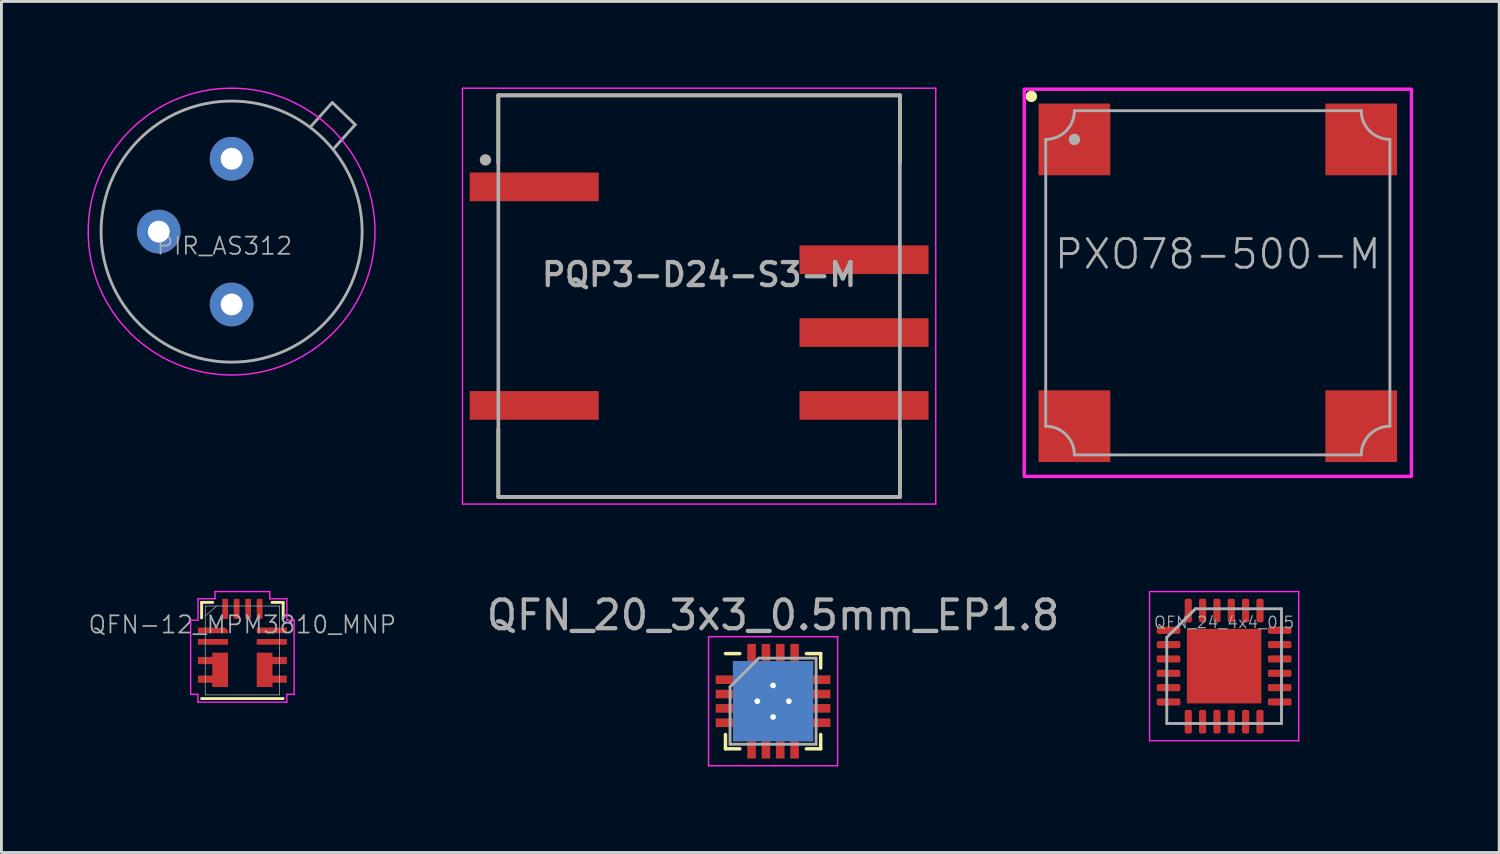
<source format=kicad_pcb>
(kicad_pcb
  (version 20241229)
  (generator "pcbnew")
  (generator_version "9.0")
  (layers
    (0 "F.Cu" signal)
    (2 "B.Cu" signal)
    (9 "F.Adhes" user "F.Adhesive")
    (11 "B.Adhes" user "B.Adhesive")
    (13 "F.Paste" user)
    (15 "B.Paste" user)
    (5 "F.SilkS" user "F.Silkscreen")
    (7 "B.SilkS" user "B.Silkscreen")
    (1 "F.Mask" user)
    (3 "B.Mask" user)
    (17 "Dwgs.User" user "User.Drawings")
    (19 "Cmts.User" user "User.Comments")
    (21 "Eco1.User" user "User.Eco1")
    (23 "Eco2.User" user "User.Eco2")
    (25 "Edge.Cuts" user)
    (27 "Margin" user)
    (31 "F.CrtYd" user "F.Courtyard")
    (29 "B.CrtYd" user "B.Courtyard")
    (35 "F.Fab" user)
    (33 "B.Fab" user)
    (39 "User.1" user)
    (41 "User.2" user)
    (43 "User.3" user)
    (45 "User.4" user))
  (footprint "PIR_AS312"
    (layer "F.Cu")
    (at 5.025 5.025)
    (property "Reference" "PIR_AS312" (at -0.25 0.5 0) (layer "F.Fab") (effects (font (size 0.6 0.6) (thickness 0.06))))
    (attr through_hole)
    (fp_arc (start 0 -5) (mid 0 5) (end 0 -5) (stroke (width 0.05) (type default)) (layer "F.CrtYd"))
    (fp_line (start 2.74 -3.64) (end 3.51 -4.5) (stroke (width 0.1) (type solid)) (layer "F.Fab"))
    (fp_line (start 3.51 -4.5) (end 4.31 -3.73) (stroke (width 0.1) (type solid)) (layer "F.Fab"))
    (fp_line (start 3.54 -2.87) (end 4.31 -3.73) (stroke (width 0.1) (type solid)) (layer "F.Fab"))
    (fp_circle (center 0 0) (end 4.551 0) (stroke (width 0.1) (type solid)) (fill no) (layer "F.Fab"))
    (pad "1" thru_hole circle (at 0 -2.54) (size 1.524 1.524) (drill 0.762) (layers "*.Cu" "*.Mask"))
    (pad "2" thru_hole circle (at -2.54 0) (size 1.524 1.524) (drill 0.762) (layers "*.Cu" "*.Mask"))
    (pad "3" thru_hole circle (at 0 2.54) (size 1.524 1.524) (drill 0.762) (layers "*.Cu" "*.Mask")))
  (footprint "PQP3-D24-S3-M"
    (layer "F.Cu")
    (at 21.325 7.275)
    (property "Reference" "PQP3-D24-S3-M" (at 0 -0.75 0) (layer "F.Fab") (effects (font (size 0.8 0.8) (thickness 0.15))))
    (attr smd)
    (fp_line (start -7 -7) (end -7 -4.65) (stroke (width 0.127) (type solid)) (layer "F.SilkS"))
    (fp_line (start -7 4.65) (end -7 7) (stroke (width 0.127) (type solid)) (layer "F.SilkS"))
    (fp_line (start -7 7) (end 7 7) (stroke (width 0.127) (type solid)) (layer "F.SilkS"))
    (fp_line (start 7 -7) (end -7 -7) (stroke (width 0.127) (type solid)) (layer "F.SilkS"))
    (fp_line (start 7 -7) (end 7 -4.65) (stroke (width 0.127) (type solid)) (layer "F.SilkS"))
    (fp_line (start 7 4.65) (end 7 7) (stroke (width 0.127) (type solid)) (layer "F.SilkS"))
    (fp_line (start -8.25 -7.25) (end -8.25 7.25) (stroke (width 0.05) (type solid)) (layer "F.CrtYd"))
    (fp_line (start -8.25 7.25) (end 8.25 7.25) (stroke (width 0.05) (type solid)) (layer "F.CrtYd"))
    (fp_line (start 8.25 -7.25) (end -8.25 -7.25) (stroke (width 0.05) (type solid)) (layer "F.CrtYd"))
    (fp_line (start 8.25 7.25) (end 8.25 -7.25) (stroke (width 0.05) (type solid)) (layer "F.CrtYd"))
    (fp_line (start -7 -7) (end -7 7) (stroke (width 0.127) (type solid)) (layer "F.Fab"))
    (fp_line (start -7 7) (end 7 7) (stroke (width 0.127) (type solid)) (layer "F.Fab"))
    (fp_line (start 7 -7) (end -7 -7) (stroke (width 0.127) (type solid)) (layer "F.Fab"))
    (fp_line (start 7 7) (end 7 -7) (stroke (width 0.127) (type solid)) (layer "F.Fab"))
    (fp_circle (center -7.45 -4.75) (end -7.35 -4.75) (stroke (width 0.2) (type solid)) (fill no) (layer "F.Fab"))
    (pad "" smd rect (at 5.75 1.27) (size 4.5 1) (layers "F.Cu" "F.Mask" "F.Paste"))
    (pad "1" smd rect (at -5.75 -3.81) (size 4.5 1) (layers "F.Cu" "F.Mask" "F.Paste"))
    (pad "4" smd rect (at -5.75 3.81) (size 4.5 1) (layers "F.Cu" "F.Mask" "F.Paste"))
    (pad "5" smd rect (at 5.75 3.81) (size 4.5 1) (layers "F.Cu" "F.Mask" "F.Paste"))
    (pad "7" smd rect (at 5.75 -1.27) (size 4.5 1) (layers "F.Cu" "F.Mask" "F.Paste")))
  (footprint "QFN_20_3x3_0.5mm_EP1.8"
    (layer "F.Cu")
    (at 23.904 21.398)
    (property "Reference" "QFN_20_3x3_0.5mm_EP1.8" (at 0 -3 0) (layer "F.Fab") (effects (font (size 1 1) (thickness 0.15))))
    (attr smd)
    (fp_line (start -1.66 -1.66) (end -1.16 -1.66) (stroke (width 0.12) (type solid)) (layer "F.SilkS"))
    (fp_line (start -1.66 1.66) (end -1.66 1.16) (stroke (width 0.12) (type solid)) (layer "F.SilkS"))
    (fp_line (start -1.16 1.66) (end -1.66 1.66) (stroke (width 0.12) (type solid)) (layer "F.SilkS"))
    (fp_line (start 1.16 -1.66) (end 1.66 -1.66) (stroke (width 0.12) (type solid)) (layer "F.SilkS"))
    (fp_line (start 1.16 1.66) (end 1.66 1.66) (stroke (width 0.12) (type solid)) (layer "F.SilkS"))
    (fp_line (start 1.66 -1.66) (end 1.66 -1.16) (stroke (width 0.12) (type solid)) (layer "F.SilkS"))
    (fp_line (start 1.66 1.66) (end 1.66 1.16) (stroke (width 0.12) (type solid)) (layer "F.SilkS"))
    (fp_line (start -2.25 -2.25) (end -2.25 2.25) (stroke (width 0.05) (type solid)) (layer "F.CrtYd"))
    (fp_line (start -2.25 2.25) (end 2.25 2.25) (stroke (width 0.05) (type solid)) (layer "F.CrtYd"))
    (fp_line (start 2.25 -2.25) (end -2.25 -2.25) (stroke (width 0.05) (type solid)) (layer "F.CrtYd"))
    (fp_line (start 2.25 2.25) (end 2.25 -2.25) (stroke (width 0.05) (type solid)) (layer "F.CrtYd"))
    (fp_line (start -1.5 -0.5) (end -0.5 -1.5) (stroke (width 0.1) (type solid)) (layer "F.Fab"))
    (fp_line (start -1.5 1.5) (end -1.5 -0.5) (stroke (width 0.1) (type solid)) (layer "F.Fab"))
    (fp_line (start -0.5 -1.5) (end 1.5 -1.5) (stroke (width 0.1) (type solid)) (layer "F.Fab"))
    (fp_line (start 1.5 -1.5) (end 1.5 1.5) (stroke (width 0.1) (type solid)) (layer "F.Fab"))
    (fp_line (start 1.5 1.5) (end -1.5 1.5) (stroke (width 0.1) (type solid)) (layer "F.Fab"))
    (pad "" smd rect (at -0.45 -0.45) (size 0.54 0.54) (layers "F.Paste"))
    (pad "" smd rect (at -0.45 0.45) (size 0.54 0.54) (layers "F.Paste"))
    (pad "" smd rect (at 0.45 -0.45) (size 0.54 0.54) (layers "F.Paste"))
    (pad "" smd rect (at 0.45 0.45) (size 0.54 0.54) (layers "F.Paste"))
    (pad "1" smd rect (at -1.25 -1.25) (size 0.3 0.3) (layers "F.Cu" "F.Mask" "F.Paste"))
    (pad "2" smd rect (at -1.55 -0.75) (size 0.9 0.3) (layers "F.Cu" "F.Mask" "F.Paste"))
    (pad "3" smd rect (at -1.55 -0.25) (size 0.9 0.3) (layers "F.Cu" "F.Mask" "F.Paste"))
    (pad "4" smd rect (at -1.55 0.25) (size 0.9 0.3) (layers "F.Cu" "F.Mask" "F.Paste"))
    (pad "5" smd rect (at -1.55 0.75) (size 0.9 0.3) (layers "F.Cu" "F.Mask" "F.Paste"))
    (pad "6" smd rect (at -1.25 1.25) (size 0.3 0.3) (layers "F.Cu" "F.Mask" "F.Paste"))
    (pad "7" smd rect (at -0.75 1.55 90) (size 0.9 0.3) (layers "F.Cu" "F.Mask" "F.Paste"))
    (pad "8" smd rect (at -0.25 1.55 90) (size 0.9 0.3) (layers "F.Cu" "F.Mask" "F.Paste"))
    (pad "9" smd rect (at 0.25 1.55 90) (size 0.9 0.3) (layers "F.Cu" "F.Mask" "F.Paste"))
    (pad "10" smd rect (at 0.75 1.55 90) (size 0.9 0.3) (layers "F.Cu" "F.Mask" "F.Paste"))
    (pad "11" smd rect (at 1.25 1.25) (size 0.3 0.3) (layers "F.Cu" "F.Mask" "F.Paste"))
    (pad "12" smd rect (at 1.55 0.75) (size 0.9 0.3) (layers "F.Cu" "F.Mask" "F.Paste"))
    (pad "13" smd rect (at 1.55 0.25) (size 0.9 0.3) (layers "F.Cu" "F.Mask" "F.Paste"))
    (pad "14" smd rect (at 1.55 -0.25) (size 0.9 0.3) (layers "F.Cu" "F.Mask" "F.Paste"))
    (pad "15" smd rect (at 1.55 -0.75) (size 0.9 0.3) (layers "F.Cu" "F.Mask" "F.Paste"))
    (pad "16" smd rect (at 1.25 -1.25) (size 0.3 0.3) (layers "F.Cu" "F.Mask" "F.Paste"))
    (pad "17" smd rect (at 0.75 -1.55 90) (size 0.9 0.3) (layers "F.Cu" "F.Mask" "F.Paste"))
    (pad "18" smd rect (at 0.25 -1.55 90) (size 0.9 0.3) (layers "F.Cu" "F.Mask" "F.Paste"))
    (pad "19" smd rect (at -0.25 -1.55 90) (size 0.9 0.3) (layers "F.Cu" "F.Mask" "F.Paste"))
    (pad "20" smd rect (at -0.75 -1.55 90) (size 0.9 0.3) (layers "F.Cu" "F.Mask" "F.Paste"))
    (pad "21" thru_hole circle (at -0.55 0) (size 0.6 0.6) (drill 0.2) (layers "*.Cu"))
    (pad "21" thru_hole circle (at 0 -0.55) (size 0.6 0.6) (drill 0.2) (layers "*.Cu"))
    (pad "21" smd rect (at 0 0) (size 1.8 1.8) (layers "F.Cu" "F.Mask"))
    (pad "21" smd rect (at 0 0) (size 2.8 2.8) (layers "B.Cu"))
    (pad "21" thru_hole circle (at 0 0.55) (size 0.6 0.6) (drill 0.2) (layers "*.Cu"))
    (pad "21" thru_hole circle (at 0.55 0) (size 0.6 0.6) (drill 0.2) (layers "*.Cu")))
  (footprint "QFN_24_4x4_0.5"
    (layer "F.Cu")
    (at 39.63 20.175)
    (property "Reference" "QFN_24_4x4_0.5" (at 0 -1.524 0) (layer "F.Fab") (effects (font (size 0.4 0.4) (thickness 0.04))))
    (attr smd)
    (fp_line (start -2.6 -2.6) (end -2.6 2.6) (stroke (width 0.05) (type solid)) (layer "F.CrtYd"))
    (fp_line (start -2.6 2.6) (end 2.6 2.6) (stroke (width 0.05) (type solid)) (layer "F.CrtYd"))
    (fp_line (start 2.6 -2.6) (end -2.6 -2.6) (stroke (width 0.05) (type solid)) (layer "F.CrtYd"))
    (fp_line (start 2.6 2.6) (end 2.6 -2.6) (stroke (width 0.05) (type solid)) (layer "F.CrtYd"))
    (fp_line (start -2 -1) (end -1 -2) (stroke (width 0.1) (type solid)) (layer "F.Fab"))
    (fp_line (start -2 2) (end -2 -1) (stroke (width 0.1) (type solid)) (layer "F.Fab"))
    (fp_line (start -1 -2) (end 2 -2) (stroke (width 0.1) (type solid)) (layer "F.Fab"))
    (fp_line (start 2 -2) (end 2 2) (stroke (width 0.1) (type solid)) (layer "F.Fab"))
    (fp_line (start 2 2) (end -2 2) (stroke (width 0.1) (type solid)) (layer "F.Fab"))
    (pad "" smd roundrect (at -0.65 -0.65) (size 1.05 1.05) (layers "F.Paste") (roundrect_rratio 0.238))
    (pad "" smd roundrect (at -0.65 0.65) (size 1.05 1.05) (layers "F.Paste") (roundrect_rratio 0.238))
    (pad "" smd roundrect (at 0.65 -0.65) (size 1.05 1.05) (layers "F.Paste") (roundrect_rratio 0.238))
    (pad "" smd roundrect (at 0.65 0.65) (size 1.05 1.05) (layers "F.Paste") (roundrect_rratio 0.238))
    (pad "1" smd roundrect (at -1.938 -1.25) (size 0.825 0.25) (layers "F.Cu" "F.Mask" "F.Paste") (roundrect_rratio 0.25))
    (pad "2" smd roundrect (at -1.938 -0.75) (size 0.825 0.25) (layers "F.Cu" "F.Mask" "F.Paste") (roundrect_rratio 0.25))
    (pad "3" smd roundrect (at -1.938 -0.25) (size 0.825 0.25) (layers "F.Cu" "F.Mask" "F.Paste") (roundrect_rratio 0.25))
    (pad "4" smd roundrect (at -1.938 0.25) (size 0.825 0.25) (layers "F.Cu" "F.Mask" "F.Paste") (roundrect_rratio 0.25))
    (pad "5" smd roundrect (at -1.938 0.75) (size 0.825 0.25) (layers "F.Cu" "F.Mask" "F.Paste") (roundrect_rratio 0.25))
    (pad "6" smd roundrect (at -1.938 1.25) (size 0.825 0.25) (layers "F.Cu" "F.Mask" "F.Paste") (roundrect_rratio 0.25))
    (pad "7" smd roundrect (at -1.25 1.938) (size 0.25 0.825) (layers "F.Cu" "F.Mask" "F.Paste") (roundrect_rratio 0.25))
    (pad "8" smd roundrect (at -0.75 1.938) (size 0.25 0.825) (layers "F.Cu" "F.Mask" "F.Paste") (roundrect_rratio 0.25))
    (pad "9" smd roundrect (at -0.25 1.938) (size 0.25 0.825) (layers "F.Cu" "F.Mask" "F.Paste") (roundrect_rratio 0.25))
    (pad "10" smd roundrect (at 0.25 1.938) (size 0.25 0.825) (layers "F.Cu" "F.Mask" "F.Paste") (roundrect_rratio 0.25))
    (pad "11" smd roundrect (at 0.75 1.938) (size 0.25 0.825) (layers "F.Cu" "F.Mask" "F.Paste") (roundrect_rratio 0.25))
    (pad "12" smd roundrect (at 1.25 1.938) (size 0.25 0.825) (layers "F.Cu" "F.Mask" "F.Paste") (roundrect_rratio 0.25))
    (pad "13" smd roundrect (at 1.938 1.25) (size 0.825 0.25) (layers "F.Cu" "F.Mask" "F.Paste") (roundrect_rratio 0.25))
    (pad "14" smd roundrect (at 1.938 0.75) (size 0.825 0.25) (layers "F.Cu" "F.Mask" "F.Paste") (roundrect_rratio 0.25))
    (pad "15" smd roundrect (at 1.938 0.25) (size 0.825 0.25) (layers "F.Cu" "F.Mask" "F.Paste") (roundrect_rratio 0.25))
    (pad "16" smd roundrect (at 1.938 -0.25) (size 0.825 0.25) (layers "F.Cu" "F.Mask" "F.Paste") (roundrect_rratio 0.25))
    (pad "17" smd roundrect (at 1.938 -0.75) (size 0.825 0.25) (layers "F.Cu" "F.Mask" "F.Paste") (roundrect_rratio 0.25))
    (pad "18" smd roundrect (at 1.938 -1.25) (size 0.825 0.25) (layers "F.Cu" "F.Mask" "F.Paste") (roundrect_rratio 0.25))
    (pad "19" smd roundrect (at 1.25 -1.938) (size 0.25 0.825) (layers "F.Cu" "F.Mask" "F.Paste") (roundrect_rratio 0.25))
    (pad "20" smd roundrect (at 0.75 -1.938) (size 0.25 0.825) (layers "F.Cu" "F.Mask" "F.Paste") (roundrect_rratio 0.25))
    (pad "21" smd roundrect (at 0.25 -1.938) (size 0.25 0.825) (layers "F.Cu" "F.Mask" "F.Paste") (roundrect_rratio 0.25))
    (pad "22" smd roundrect (at -0.25 -1.938) (size 0.25 0.825) (layers "F.Cu" "F.Mask" "F.Paste") (roundrect_rratio 0.25))
    (pad "23" smd roundrect (at -0.75 -1.938) (size 0.25 0.825) (layers "F.Cu" "F.Mask" "F.Paste") (roundrect_rratio 0.25))
    (pad "24" smd roundrect (at -1.25 -1.938) (size 0.25 0.825) (layers "F.Cu" "F.Mask" "F.Paste") (roundrect_rratio 0.25))
    (pad "25" smd rect (at 0 0) (size 2.6 2.6) (layers "F.Cu" "F.Mask")))
  (footprint "QFN-12_MPM3810_MNP"
    (layer "F.Cu")
    (at 5.401 19.629)
    (property "Reference" "QFN-12_MPM3810_MNP" (at 0 -0.9 0) (unlocked yes) (layer "F.Fab") (effects (font (size 0.6 0.6) (thickness 0.06))))
    (attr smd)
    (fp_line (start -1.422 -1.676) (end -1.033 -1.676) (stroke (width 0.1) (type solid)) (layer "F.SilkS"))
    (fp_line (start -1.422 -1.133) (end -1.422 -1.676) (stroke (width 0.1) (type solid)) (layer "F.SilkS"))
    (fp_line (start 1.033 -1.676) (end 1.422 -1.676) (stroke (width 0.1) (type solid)) (layer "F.SilkS"))
    (fp_line (start 1.422 -1.676) (end 1.422 -1.133) (stroke (width 0.1) (type solid)) (layer "F.SilkS"))
    (fp_line (start 1.422 1.676) (end -1.422 1.676) (stroke (width 0.1) (type solid)) (layer "F.SilkS"))
    (fp_line (start -1.804 -1.054) (end -1.804 1.529) (stroke (width 0.05) (type solid)) (layer "F.CrtYd"))
    (fp_line (start -1.804 1.529) (end -1.549 1.529) (stroke (width 0.05) (type solid)) (layer "F.CrtYd"))
    (fp_line (start -1.549 -1.803) (end -1.549 -1.054) (stroke (width 0.05) (type solid)) (layer "F.CrtYd"))
    (fp_line (start -1.549 -1.054) (end -1.804 -1.054) (stroke (width 0.05) (type solid)) (layer "F.CrtYd"))
    (fp_line (start -1.549 1.529) (end -1.549 1.803) (stroke (width 0.05) (type solid)) (layer "F.CrtYd"))
    (fp_line (start -1.549 1.803) (end 1.549 1.803) (stroke (width 0.05) (type solid)) (layer "F.CrtYd"))
    (fp_line (start -0.954 -2.054) (end -0.954 -1.803) (stroke (width 0.05) (type solid)) (layer "F.CrtYd"))
    (fp_line (start -0.954 -1.803) (end -1.549 -1.803) (stroke (width 0.05) (type solid)) (layer "F.CrtYd"))
    (fp_line (start 0.954 -2.054) (end -0.954 -2.054) (stroke (width 0.05) (type solid)) (layer "F.CrtYd"))
    (fp_line (start 0.954 -1.803) (end 0.954 -2.054) (stroke (width 0.05) (type solid)) (layer "F.CrtYd"))
    (fp_line (start 1.549 -1.803) (end 0.954 -1.803) (stroke (width 0.05) (type solid)) (layer "F.CrtYd"))
    (fp_line (start 1.549 -1.054) (end 1.549 -1.803) (stroke (width 0.05) (type solid)) (layer "F.CrtYd"))
    (fp_line (start 1.549 1.529) (end 1.804 1.529) (stroke (width 0.05) (type solid)) (layer "F.CrtYd"))
    (fp_line (start 1.549 1.803) (end 1.549 1.529) (stroke (width 0.05) (type solid)) (layer "F.CrtYd"))
    (fp_line (start 1.804 -1.054) (end 1.549 -1.054) (stroke (width 0.05) (type solid)) (layer "F.CrtYd"))
    (fp_line (start 1.804 1.529) (end 1.804 -1.054) (stroke (width 0.05) (type solid)) (layer "F.CrtYd"))
    (fp_line (start -1.3 -1.2) (end -0.9 -1.549) (stroke (width 0.025) (type solid)) (layer "F.Fab"))
    (fp_line (start -1.295 -1.549) (end -1.295 1.549) (stroke (width 0.025) (type solid)) (layer "F.Fab"))
    (fp_line (start -1.295 1.549) (end 1.295 1.549) (stroke (width 0.025) (type solid)) (layer "F.Fab"))
    (fp_line (start 1.295 -1.549) (end -1.295 -1.549) (stroke (width 0.025) (type solid)) (layer "F.Fab"))
    (fp_line (start 1.295 1.549) (end 1.295 -1.549) (stroke (width 0.025) (type solid)) (layer "F.Fab"))
    (pad "1" smd custom (at -1.025 -0.7) (size 0.127 0.127) (layers "F.Cu" "F.Mask" "F.Paste") (options (anchor rect)) (primitives (gr_poly (pts (xy -0.525 -0.1) (xy -0.525 0.1) (xy 0.525 0.1) (xy 0.525 0) (xy 0.425 -0.1)) (width 0) (fill yes))))
    (pad "2" smd rect (at -1.025 -0.3) (size 1.05 0.2) (layers "F.Cu" "F.Mask" "F.Paste"))
    (pad "3" smd custom (at -1.4 0.35) (size 0.127 0.127) (layers "F.Cu" "F.Mask" "F.Paste") (options (anchor rect)) (primitives (gr_poly (pts (xy -0.15 -0.125) (xy 0.35 -0.125) (xy 0.35 -0.275) (xy 0.9 -0.275) (xy 0.9 0.925) (xy 0.35 0.925) (xy 0.35 0.775) (xy -0.15 0.775) (xy -0.15 0.525) (xy 0.35 0.525) (xy 0.35 0.125) (xy -0.15 0.125)) (width 0) (fill yes))))
    (pad "4" smd rect (at -1.4 1) (size 0.127 0.127) (layers "F.Cu" "F.Mask" "F.Paste"))
    (pad "5" smd rect (at 1.4 1) (size 0.127 0.127) (layers "F.Cu" "F.Mask" "F.Paste"))
    (pad "6" smd custom (at 1.4 0.35) (size 0.127 0.127) (layers "F.Cu" "F.Mask" "F.Paste") (options (anchor rect)) (primitives (gr_poly (pts (xy 0.15 -0.125) (xy -0.35 -0.125) (xy -0.35 -0.275) (xy -0.9 -0.275) (xy -0.9 0.925) (xy -0.35 0.925) (xy -0.35 0.775) (xy 0.15 0.775) (xy 0.15 0.525) (xy -0.35 0.525) (xy -0.35 0.125) (xy 0.15 0.125)) (width 0) (fill yes))))
    (pad "7" smd rect (at 1.025 -0.3) (size 1.05 0.2) (layers "F.Cu" "F.Mask" "F.Paste"))
    (pad "8" smd rect (at 1.025 -0.7) (size 1.05 0.2) (layers "F.Cu" "F.Mask" "F.Paste"))
    (pad "9" smd rect (at 0.6 -1.45 90) (size 0.7 0.2) (layers "F.Cu" "F.Mask" "F.Paste"))
    (pad "10" smd rect (at 0.2 -1.45 90) (size 0.7 0.2) (layers "F.Cu" "F.Mask" "F.Paste"))
    (pad "11" smd rect (at -0.2 -1.45 90) (size 0.7 0.2) (layers "F.Cu" "F.Mask" "F.Paste"))
    (pad "12" smd rect (at -0.6 -1.45 90) (size 0.7 0.2) (layers "F.Cu" "F.Mask" "F.Paste"))
    (zone (net_name "") (layer "F.Cu") (hatch full 0.508) (connect_pads) (min_thickness 0.254) (filled_areas_thickness no) (keepout (tracks not_allowed) (vias not_allowed) (pads allowed) (copperpour not_allowed) (footprints allowed)) (placement (enabled no)) (fill) (polygon (pts (xy 5.861 18.559) (xy 4.941 18.559) (xy 4.941 19.099) (xy 5.861 19.099)))))
  (footprint "PXO78-500-M"
    (layer "F.Cu")
    (at 39.41 6.81)
    (property "Reference" "PXO78-500-M" (at 0 -1 0) (layer "F.Fab") (effects (font (size 1 1) (thickness 0.1))))
    (attr smd)
    (fp_circle (center -6.5 -6.5) (end -6.4 -6.5) (stroke (width 0.2) (type solid)) (fill no) (layer "F.SilkS"))
    (fp_rect (start -6.75 -6.75) (end 6.75 6.75) (stroke (width 0.12) (type default)) (fill no) (layer "F.CrtYd"))
    (fp_line (start -6 -5) (end -6 5) (stroke (width 0.1) (type default)) (layer "F.Fab"))
    (fp_line (start -5 6) (end 5 6) (stroke (width 0.1) (type default)) (layer "F.Fab"))
    (fp_line (start 5 -6) (end -5 -6) (stroke (width 0.1) (type default)) (layer "F.Fab"))
    (fp_line (start 6 5) (end 6 -5) (stroke (width 0.1) (type default)) (layer "F.Fab"))
    (fp_arc (start -6 5) (mid -5.292893 5.292893) (end -5 6) (stroke (width 0.1) (type default)) (layer "F.Fab"))
    (fp_arc (start -5 -6) (mid -5.292893 -5.292893) (end -6 -5) (stroke (width 0.1) (type default)) (layer "F.Fab"))
    (fp_arc (start 5 6) (mid 5.292893 5.292893) (end 6 5) (stroke (width 0.1) (type default)) (layer "F.Fab"))
    (fp_arc (start 6 -5) (mid 5.292893 -5.292893) (end 5 -6) (stroke (width 0.1) (type default)) (layer "F.Fab"))
    (fp_circle (center -5 -5) (end -4.9 -5) (stroke (width 0.2) (type solid)) (fill no) (layer "F.Fab"))
    (pad "1" smd rect (at -5 -5) (size 2.5 2.5) (layers "F.Cu" "F.Mask" "F.Paste"))
    (pad "2" smd rect (at -5 5) (size 2.5 2.5) (layers "F.Cu" "F.Mask" "F.Paste"))
    (pad "3" smd rect (at 5 5) (size 2.5 2.5) (layers "F.Cu" "F.Mask" "F.Paste"))
    (pad "4" smd rect (at 5 -5) (size 2.5 2.5) (layers "F.Cu" "F.Mask" "F.Paste")))
  (gr_rect
    (start -3 -3)
    (end 49.22 26.673)
    (stroke (width 0.1) (type default))
    (fill no)
    (layer "Edge.Cuts")))
</source>
